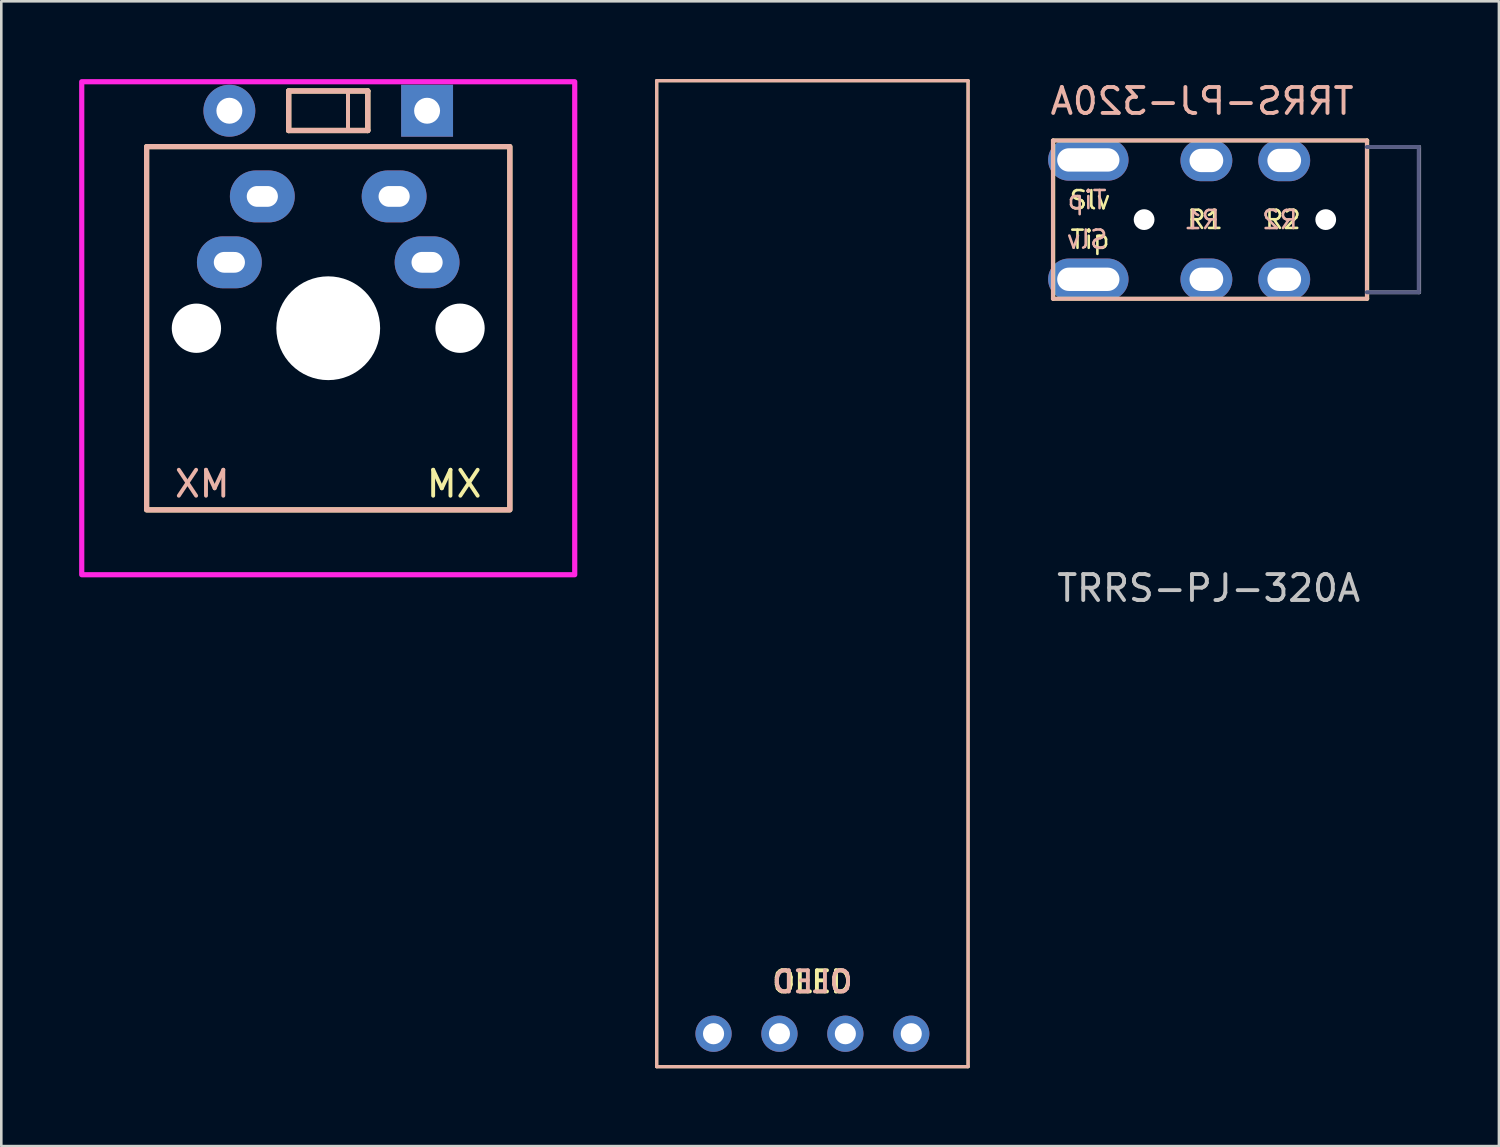
<source format=kicad_pcb>
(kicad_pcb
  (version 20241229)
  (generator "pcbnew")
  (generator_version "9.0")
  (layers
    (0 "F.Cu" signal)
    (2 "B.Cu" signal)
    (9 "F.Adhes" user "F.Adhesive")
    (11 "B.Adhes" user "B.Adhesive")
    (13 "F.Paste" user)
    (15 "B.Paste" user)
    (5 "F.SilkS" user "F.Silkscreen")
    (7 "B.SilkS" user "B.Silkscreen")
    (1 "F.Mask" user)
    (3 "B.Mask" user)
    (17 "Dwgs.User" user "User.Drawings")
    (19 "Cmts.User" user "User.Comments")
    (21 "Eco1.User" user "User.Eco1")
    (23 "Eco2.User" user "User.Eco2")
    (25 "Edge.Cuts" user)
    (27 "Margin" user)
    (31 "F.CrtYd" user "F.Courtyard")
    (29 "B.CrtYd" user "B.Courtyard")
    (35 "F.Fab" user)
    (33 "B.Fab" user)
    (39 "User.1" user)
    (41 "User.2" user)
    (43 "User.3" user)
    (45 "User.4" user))
  (footprint "TRRS-PJ-320A"
    (layer "F.Cu")
    (at 43.532 5.42)
    (property "Reference" "TRRS-PJ-320A" (at 0 14.2 0) (layer "Dwgs.User") (effects (font (size 1 1) (thickness 0.15))))
    (property "Value" "TRRS-PJ-320A" (at -0.254 -4.572 0) (layer "F.SilkS") (hide yes) (effects (font (size 1 1) (thickness 0.15))))
    (attr through_hole)
    (fp_line (start -5.988 3.044) (end -5.988 -3.056) (stroke (width 0.15) (type solid)) (layer "F.SilkS"))
    (fp_line (start 6.112 -3.056) (end -5.988 -3.056) (stroke (width 0.15) (type solid)) (layer "F.SilkS"))
    (fp_line (start 6.112 3.044) (end -5.988 3.044) (stroke (width 0.15) (type solid)) (layer "F.SilkS"))
    (fp_line (start 6.112 3.044) (end 6.112 -3.056) (stroke (width 0.15) (type solid)) (layer "F.SilkS"))
    (fp_line (start -6.004 -3.056) (end -6.004 3.044) (stroke (width 0.15) (type solid)) (layer "B.SilkS"))
    (fp_line (start 6.096 -3.056) (end -6.004 -3.056) (stroke (width 0.15) (type solid)) (layer "B.SilkS"))
    (fp_line (start 6.096 -3.056) (end 6.096 3.044) (stroke (width 0.15) (type solid)) (layer "B.SilkS"))
    (fp_line (start 6.096 3.044) (end -6.004 3.044) (stroke (width 0.15) (type solid)) (layer "B.SilkS"))
    (fp_line (start 6.096 -2.806) (end 8.096 -2.806) (stroke (width 0.15) (type solid)) (layer "B.Fab"))
    (fp_line (start 6.096 2.794) (end 8.096 2.794) (stroke (width 0.15) (type solid)) (layer "B.Fab"))
    (fp_line (start 8.096 -2.806) (end 8.096 2.794) (stroke (width 0.15) (type solid)) (layer "B.Fab"))
    (fp_line (start 6.112 -2.806) (end 8.112 -2.806) (stroke (width 0.15) (type solid)) (layer "F.Fab"))
    (fp_line (start 6.112 2.794) (end 8.112 2.794) (stroke (width 0.15) (type solid)) (layer "F.Fab"))
    (fp_line (start 8.112 2.794) (end 8.112 -2.806) (stroke (width 0.15) (type solid)) (layer "F.Fab"))
    (fp_text user "Slv" (at -4.572 -0.762 0) (layer "F.SilkS") (effects (font (size 0.7 0.7) (thickness 0.1))))
    (fp_text user "Tip" (at -4.572 0.762 0) (layer "F.SilkS") (effects (font (size 0.7 0.7) (thickness 0.1))))
    (fp_text user "R2" (at 2.862 -0.006 0) (layer "F.SilkS") (effects (font (size 0.7 0.7) (thickness 0.1))))
    (fp_text user "R1" (at -0.138 -0.006 0) (layer "F.SilkS") (effects (font (size 0.7 0.7) (thickness 0.1))))
    (fp_text user "R2" (at 2.746 0 180) (layer "B.SilkS") (effects (font (size 0.7 0.7) (thickness 0.1)) (justify mirror)))
    (fp_text user "R1" (at -0.254 0 180) (layer "B.SilkS") (effects (font (size 0.7 0.7) (thickness 0.1)) (justify mirror)))
    (fp_text user "Tip" (at -4.688 -0.768 180) (layer "B.SilkS") (effects (font (size 0.7 0.7) (thickness 0.1)) (justify mirror)))
    (fp_text user "${VALUE}" (at -0.254 -4.572 0) (layer "B.SilkS") (effects (font (size 1 1) (thickness 0.15)) (justify mirror)))
    (fp_text user "Slv" (at -4.688 0.756 180) (layer "B.SilkS") (effects (font (size 0.7 0.7) (thickness 0.1)) (justify mirror)))
    (pad "" np_thru_hole circle (at -2.488 -0.006 270) (size 0.8 0.8) (drill 0.8) (layers "*.Cu" "*.Mask"))
    (pad "" np_thru_hole circle (at 4.512 -0.006 270) (size 0.8 0.8) (drill 0.8) (layers "*.Cu" "*.Mask"))
    (pad "1" thru_hole oval (at -4.638 -2.306 270) (size 1.6 3.1) (drill oval 0.9 2.4) (layers "*.Cu" "*.Mask"))
    (pad "2" thru_hole oval (at -4.638 2.294 270) (size 1.6 3.1) (drill oval 0.9 2.4) (layers "*.Cu" "*.Mask"))
    (pad "3" thru_hole oval (at -0.088 -2.286 270) (size 1.6 2) (drill oval 0.9 1.3) (layers "*.Cu" "F.Mask"))
    (pad "3" thru_hole oval (at -0.088 2.294 270) (size 1.6 2) (drill oval 0.9 1.3) (layers "*.Cu" "B.Mask"))
    (pad "4" thru_hole oval (at 2.912 -2.286 270) (size 1.6 2) (drill oval 0.9 1.3) (layers "*.Cu" "F.Mask"))
    (pad "4" thru_hole oval (at 2.912 2.294 270) (size 1.6 2) (drill oval 0.9 1.3) (layers "*.Cu" "B.Mask")))
  (footprint "MX"
    (layer "F.Cu")
    (at 9.6 9.6)
    (property "Reference" "MX" (at 6 6 180) (layer "F.SilkS") (effects (font (size 1 1) (thickness 0.15)) (justify right)))
    (attr through_hole)
    (fp_line (start -1.524 -9.144) (end 1.524 -9.144) (stroke (width 0.203) (type solid)) (layer "F.SilkS"))
    (fp_line (start -1.524 -7.62) (end -1.524 -9.144) (stroke (width 0.203) (type solid)) (layer "F.SilkS"))
    (fp_line (start 0.762 -7.62) (end 0.762 -9.144) (stroke (width 0.15) (type solid)) (layer "F.SilkS"))
    (fp_line (start 1.524 -9.144) (end 1.524 -7.62) (stroke (width 0.203) (type solid)) (layer "F.SilkS"))
    (fp_line (start 1.524 -7.62) (end -1.524 -7.62) (stroke (width 0.203) (type solid)) (layer "F.SilkS"))
    (fp_rect (start -7 -7) (end 7 7) (stroke (width 0.2) (type solid)) (fill no) (layer "F.SilkS"))
    (fp_line (start -1.524 -9.144) (end -1.524 -7.62) (stroke (width 0.203) (type solid)) (layer "B.SilkS"))
    (fp_line (start -1.524 -7.62) (end 1.524 -7.62) (stroke (width 0.203) (type solid)) (layer "B.SilkS"))
    (fp_line (start 0.762 -7.62) (end 0.762 -9.144) (stroke (width 0.15) (type solid)) (layer "B.SilkS"))
    (fp_line (start 1.524 -9.144) (end -1.524 -9.144) (stroke (width 0.203) (type solid)) (layer "B.SilkS"))
    (fp_line (start 1.524 -7.62) (end 1.524 -9.144) (stroke (width 0.203) (type solid)) (layer "B.SilkS"))
    (fp_rect (start -7 -7) (end 7 7) (stroke (width 0.2) (type solid)) (fill no) (layer "B.SilkS"))
    (fp_rect (start -9.5 -9.5) (end 9.5 9.5) (stroke (width 0.2) (type solid)) (fill no) (layer "F.CrtYd"))
    (fp_text user "${REFERENCE}" (at -6 6 180) (layer "B.SilkS") (effects (font (size 1 1) (thickness 0.15)) (justify right mirror)))
    (pad "" np_thru_hole circle (at -5.08 0 90) (size 1.9 1.9) (drill 1.9) (layers "*.Cu" "*.Mask"))
    (pad "" np_thru_hole circle (at 0 0 90) (size 4 4) (drill 4) (layers "*.Cu" "*.Mask"))
    (pad "" np_thru_hole circle (at 5.08 0 90) (size 1.9 1.9) (drill 1.9) (layers "*.Cu" "*.Mask"))
    (pad "1" thru_hole oval (at -3.81 -2.54) (size 2.5 2) (drill oval 1.2 0.8) (layers "*.Cu" "B.Mask"))
    (pad "1" thru_hole oval (at 3.81 -2.54) (size 2.5 2) (drill oval 1.2 0.8) (layers "*.Cu" "F.Mask"))
    (pad "2" thru_hole oval (at -2.54 -5.08) (size 2.5 2) (drill oval 1.2 0.8) (layers "*.Cu" "F.Mask"))
    (pad "2" thru_hole oval (at 2.54 -5.08) (size 2.5 2) (drill oval 1.2 0.8) (layers "*.Cu" "B.Mask"))
    (pad "3" thru_hole circle (at -3.81 -8.382) (size 2 2) (drill 1) (layers "*.Cu" "*.Mask"))
    (pad "4" thru_hole rect (at 3.81 -8.382) (size 2 2) (drill 1) (layers "*.Cu" "*.Mask")))
  (footprint "OLED"
    (layer "F.Cu")
    (at 28.26 36.79)
    (property "Reference" "OLED" (at 0 -2 180) (layer "F.SilkS") (effects (font (size 0.813 0.813) (thickness 0.15))))
    (attr through_hole)
    (fp_line (start -6 -36.73) (end 6 -36.73) (stroke (width 0.12) (type solid)) (layer "F.SilkS"))
    (fp_line (start -6 1.27) (end -6 -36.73) (stroke (width 0.12) (type solid)) (layer "F.SilkS"))
    (fp_line (start -6 1.27) (end 6 1.27) (stroke (width 0.12) (type solid)) (layer "F.SilkS"))
    (fp_line (start 6 -36.73) (end 6 1.27) (stroke (width 0.12) (type solid)) (layer "F.SilkS"))
    (fp_line (start -6 -36.73) (end -6 1.27) (stroke (width 0.12) (type solid)) (layer "B.SilkS"))
    (fp_line (start 6 -36.73) (end -6 -36.73) (stroke (width 0.12) (type solid)) (layer "B.SilkS"))
    (fp_line (start 6 1.27) (end -6 1.27) (stroke (width 0.12) (type solid)) (layer "B.SilkS"))
    (fp_line (start 6 1.27) (end 6 -36.73) (stroke (width 0.12) (type solid)) (layer "B.SilkS"))
    (fp_text user "${REFERENCE}" (at 0 -2 180) (layer "B.SilkS") (effects (font (size 0.813 0.813) (thickness 0.15)) (justify mirror)))
    (pad "1" thru_hole circle (at -3.81 0) (size 1.397 1.397) (drill 0.813) (layers "*.Cu" "*.Mask"))
    (pad "2" thru_hole circle (at -1.27 0) (size 1.397 1.397) (drill 0.813) (layers "*.Cu" "*.Mask"))
    (pad "3" thru_hole circle (at 1.27 0) (size 1.397 1.397) (drill 0.813) (layers "*.Cu" "*.Mask"))
    (pad "4" thru_hole circle (at 3.81 0) (size 1.397 1.397) (drill 0.813) (layers "*.Cu" "*.Mask")))
  (gr_rect
    (start -3 -3)
    (end 54.719 41.12)
    (stroke (width 0.1) (type default))
    (fill no)
    (layer "Edge.Cuts")))
</source>
